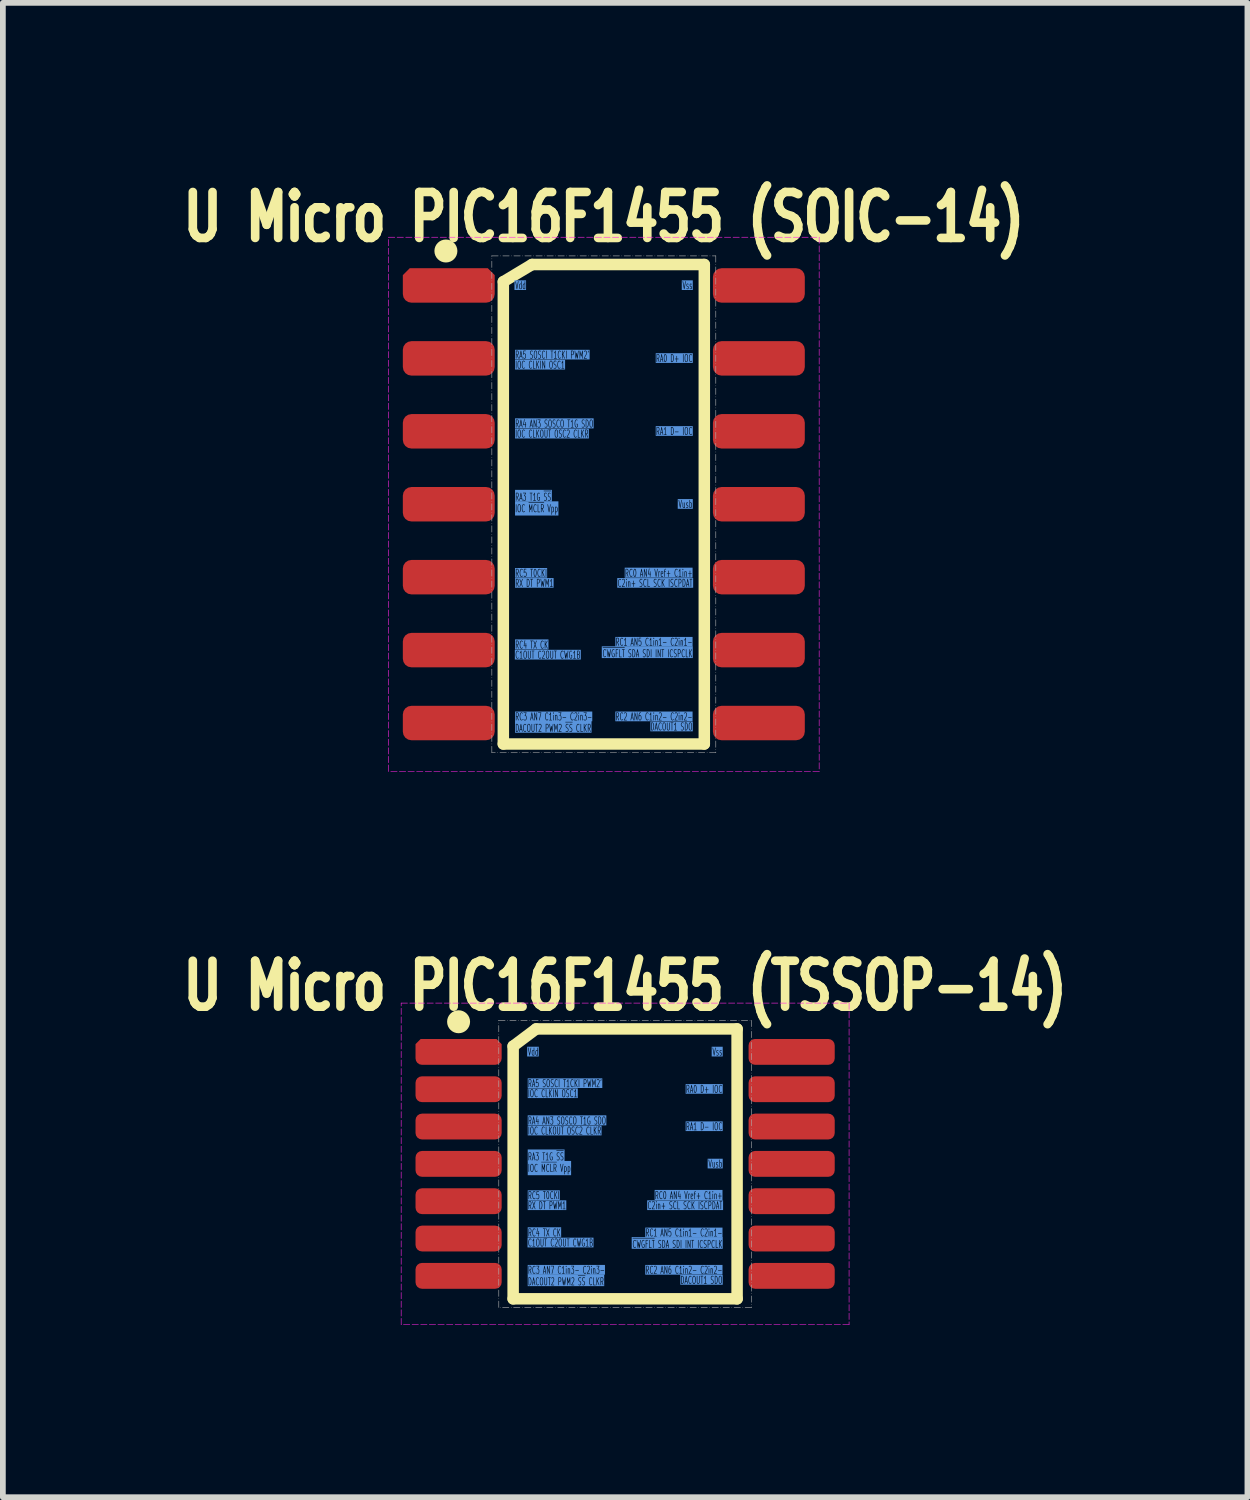
<source format=kicad_pcb>
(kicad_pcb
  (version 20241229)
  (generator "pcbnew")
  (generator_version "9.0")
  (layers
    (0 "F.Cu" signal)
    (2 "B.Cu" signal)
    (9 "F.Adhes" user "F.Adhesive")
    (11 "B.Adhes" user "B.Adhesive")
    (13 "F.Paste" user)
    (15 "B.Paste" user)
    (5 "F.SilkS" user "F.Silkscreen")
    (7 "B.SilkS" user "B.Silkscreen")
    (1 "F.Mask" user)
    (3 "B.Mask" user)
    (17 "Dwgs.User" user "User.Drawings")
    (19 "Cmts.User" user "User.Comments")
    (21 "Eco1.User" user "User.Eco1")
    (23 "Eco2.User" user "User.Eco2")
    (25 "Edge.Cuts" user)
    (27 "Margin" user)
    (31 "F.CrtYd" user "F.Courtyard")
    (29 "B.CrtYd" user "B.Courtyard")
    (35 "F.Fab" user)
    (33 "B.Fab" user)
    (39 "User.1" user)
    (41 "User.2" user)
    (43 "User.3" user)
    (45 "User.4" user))
  (footprint "U Micro PIC16F1455 (TSSOP-14)"
    (layer "F.Cu")
    (at 7.836 17.218)
    (property "Reference" "U Micro PIC16F1455 (TSSOP-14)" (at 0 -3.1 0) (layer "F.SilkS") (effects (font (size 0.8 0.6) (thickness 0.15))))
    (attr smd)
    (fp_line (start -1.95 -2.05) (end -1.55 -2.35) (stroke (width 0.2) (type default)) (layer "F.SilkS"))
    (fp_line (start -1.95 2.35) (end -1.95 -2.05) (stroke (width 0.2) (type default)) (layer "F.SilkS"))
    (fp_line (start -1.55 -2.35) (end 1.95 -2.35) (stroke (width 0.2) (type default)) (layer "F.SilkS"))
    (fp_line (start 1.95 -2.35) (end 1.95 2.35) (stroke (width 0.2) (type default)) (layer "F.SilkS"))
    (fp_line (start 1.95 2.35) (end -1.95 2.35) (stroke (width 0.2) (type default)) (layer "F.SilkS"))
    (fp_circle (center -2.9 -2.475) (end -2.75 -2.475) (stroke (width 0.1) (type solid)) (fill yes) (layer "F.SilkS"))
    (fp_rect (start -3.9 -2.8) (end 3.9 2.8) (stroke (width 0.01) (type dash)) (fill no) (layer "F.CrtYd"))
    (fp_rect (start -2.2 -2.5) (end 2.2 2.5) (stroke (width 0.01) (type dash_dot)) (fill no) (layer "F.Fab"))
    (fp_text user "RC3 AN7 C1in3- C2in3-" (at -1.7 1.85 0) (layer "Cmts.User" knockout) (effects (font (size 0.13 0.07) (thickness 0.01)) (justify left)))
    (fp_text user "C2in+ SCL SCK ISCPDAT" (at 1.7 0.725 0) (layer "Cmts.User" knockout) (effects (font (size 0.13 0.07) (thickness 0.01) (bold yes)) (justify right)))
    (fp_text user "C1OUT C2OUT CWG1B" (at -1.7 1.375 0) (layer "Cmts.User" knockout) (effects (font (size 0.13 0.07) (thickness 0.01)) (justify left)))
    (fp_text user "RA3 T1G ~{SS}" (at -1.7 -0.125 0) (layer "Cmts.User" knockout) (effects (font (size 0.13 0.07) (thickness 0.01) (bold yes)) (justify left)))
    (fp_text user "RX DT PWM1" (at -1.7 0.725 0) (layer "Cmts.User" knockout) (effects (font (size 0.13 0.07) (thickness 0.01)) (justify left)))
    (fp_text user "~{CWGFLT} SDA SDI INT ICSPCLK" (at 1.7 1.4 0) (layer "Cmts.User" knockout) (effects (font (size 0.13 0.07) (thickness 0.01) (bold yes)) (justify right)))
    (fp_text user "RA1 D- IOC" (at 1.7 -0.65 0) (layer "Cmts.User" knockout) (effects (font (size 0.13 0.07) (thickness 0.01)) (justify right)))
    (fp_text user "Vss" (at 1.7 -1.95 0) (layer "Cmts.User" knockout) (effects (font (size 0.13 0.07) (thickness 0.01) (bold yes)) (justify right)))
    (fp_text user "DACOUT2 PWM2 ~{SS} CLKR" (at -1.7 2.05 0) (layer "Cmts.User" knockout) (effects (font (size 0.13 0.07) (thickness 0.01)) (justify left)))
    (fp_text user "RC1 AN5 C1in1- C2in1-" (at 1.7 1.2 0) (layer "Cmts.User" knockout) (effects (font (size 0.13 0.07) (thickness 0.01) (bold yes)) (justify right)))
    (fp_text user "RC4 TX CK" (at -1.7 1.2 0) (layer "Cmts.User" knockout) (effects (font (size 0.13 0.07) (thickness 0.01)) (justify left)))
    (fp_text user "IOC CLKOUT OSC2 CLKR" (at -1.7 -0.575 0) (layer "Cmts.User" knockout) (effects (font (size 0.13 0.07) (thickness 0.01)) (justify left)))
    (fp_text user "IOC ~{MCLR} Vpp" (at -1.7 0.075 0) (layer "Cmts.User" knockout) (effects (font (size 0.13 0.07) (thickness 0.01) (bold yes)) (justify left)))
    (fp_text user "Vusb" (at 1.7 0 0) (layer "Cmts.User" knockout) (effects (font (size 0.13 0.07) (thickness 0.01) (bold yes)) (justify right)))
    (fp_text user "IOC CLKIN OSC1" (at -1.7 -1.225 0) (layer "Cmts.User" knockout) (effects (font (size 0.13 0.07) (thickness 0.01)) (justify left)))
    (fp_text user "RC5 T0CKI" (at -1.7 0.55 0) (layer "Cmts.User" knockout) (effects (font (size 0.13 0.07) (thickness 0.01)) (justify left)))
    (fp_text user "RA5 SOSCI T1CKI PWM2'" (at -1.7 -1.4 0) (layer "Cmts.User" knockout) (effects (font (size 0.13 0.07) (thickness 0.01)) (justify left)))
    (fp_text user "RC2 AN6 C1in2- C2in2-" (at 1.7 1.85 0) (layer "Cmts.User" knockout) (effects (font (size 0.13 0.07) (thickness 0.01)) (justify right)))
    (fp_text user "RA4 AN3 SOSCO T1G SDO" (at -1.7 -0.75 0) (layer "Cmts.User" knockout) (effects (font (size 0.13 0.07) (thickness 0.01)) (justify left)))
    (fp_text user "RA0 D+ IOC" (at 1.7 -1.3 0) (layer "Cmts.User" knockout) (effects (font (size 0.13 0.07) (thickness 0.01)) (justify right)))
    (fp_text user "DACOUT1 SDO" (at 1.7 2.025 0) (layer "Cmts.User" knockout) (effects (font (size 0.13 0.07) (thickness 0.01)) (justify right)))
    (fp_text user "Vdd" (at -1.7 -1.95 0) (layer "Cmts.User" knockout) (effects (font (size 0.13 0.07) (thickness 0.01) (bold yes)) (justify left)))
    (fp_text user "RC0 AN4 Vref+ C1in+" (at 1.7 0.55 0) (layer "Cmts.User" knockout) (effects (font (size 0.13 0.07) (thickness 0.01) (bold yes)) (justify right)))
    (pad "1" smd roundrect (at -2.9 -1.95) (size 1.5 0.45) (layers "F.Cu" "F.Mask" "F.Paste") (roundrect_rratio 0.25) (chamfer_ratio 0.2) (chamfer top_left top_right))
    (pad "2" smd roundrect (at -2.9 -1.3) (size 1.5 0.45) (layers "F.Cu" "F.Mask" "F.Paste") (roundrect_rratio 0.25))
    (pad "3" smd roundrect (at -2.9 -0.65) (size 1.5 0.45) (layers "F.Cu" "F.Mask" "F.Paste") (roundrect_rratio 0.25))
    (pad "4" smd roundrect (at -2.9 0) (size 1.5 0.45) (layers "F.Cu" "F.Mask" "F.Paste") (roundrect_rratio 0.25))
    (pad "5" smd roundrect (at -2.9 0.65) (size 1.5 0.45) (layers "F.Cu" "F.Mask" "F.Paste") (roundrect_rratio 0.25))
    (pad "6" smd roundrect (at -2.9 1.3) (size 1.5 0.45) (layers "F.Cu" "F.Mask" "F.Paste") (roundrect_rratio 0.25))
    (pad "7" smd roundrect (at -2.9 1.95) (size 1.5 0.45) (layers "F.Cu" "F.Mask" "F.Paste") (roundrect_rratio 0.25))
    (pad "8" smd roundrect (at 2.9 1.95) (size 1.5 0.45) (layers "F.Cu" "F.Mask" "F.Paste") (roundrect_rratio 0.25))
    (pad "9" smd roundrect (at 2.9 1.3) (size 1.5 0.45) (layers "F.Cu" "F.Mask" "F.Paste") (roundrect_rratio 0.25))
    (pad "10" smd roundrect (at 2.9 0.65) (size 1.5 0.45) (layers "F.Cu" "F.Mask" "F.Paste") (roundrect_rratio 0.25))
    (pad "11" smd roundrect (at 2.9 0) (size 1.5 0.45) (layers "F.Cu" "F.Mask" "F.Paste") (roundrect_rratio 0.25))
    (pad "12" smd roundrect (at 2.9 -0.65) (size 1.5 0.45) (layers "F.Cu" "F.Mask" "F.Paste") (roundrect_rratio 0.25))
    (pad "13" smd roundrect (at 2.9 -1.3) (size 1.5 0.45) (layers "F.Cu" "F.Mask" "F.Paste") (roundrect_rratio 0.25))
    (pad "14" smd roundrect (at 2.9 -1.95) (size 1.5 0.45) (layers "F.Cu" "F.Mask" "F.Paste") (roundrect_rratio 0.25)))
  (footprint "U Micro PIC16F1455 (SOIC-14)"
    (layer "F.Cu")
    (at 7.465 5.731)
    (property "Reference" "U Micro PIC16F1455 (SOIC-14)" (at 0 -5 0) (layer "F.SilkS") (effects (font (size 0.8 0.6) (thickness 0.15))))
    (attr smd)
    (fp_line (start -1.75 -3.875) (end -1.25 -4.175) (stroke (width 0.2) (type default)) (layer "F.SilkS"))
    (fp_line (start -1.75 4.175) (end -1.75 -3.875) (stroke (width 0.2) (type default)) (layer "F.SilkS"))
    (fp_line (start -1.25 -4.175) (end 1.75 -4.175) (stroke (width 0.2) (type default)) (layer "F.SilkS"))
    (fp_line (start 1.75 -4.175) (end 1.75 4.175) (stroke (width 0.2) (type default)) (layer "F.SilkS"))
    (fp_line (start 1.75 4.175) (end -1.75 4.175) (stroke (width 0.2) (type default)) (layer "F.SilkS"))
    (fp_circle (center -2.75 -4.41) (end -2.6 -4.41) (stroke (width 0.1) (type solid)) (fill yes) (layer "F.SilkS"))
    (fp_rect (start -3.75 -4.65) (end 3.75 4.65) (stroke (width 0.01) (type dash)) (fill no) (layer "F.CrtYd"))
    (fp_rect (start -1.95 -4.325) (end 1.95 4.325) (stroke (width 0.01) (type dash_dot)) (fill no) (layer "F.Fab"))
    (fp_text user "RA5 SOSCI T1CKI PWM2'" (at -1.55 -2.6 0) (layer "Cmts.User" knockout) (effects (font (size 0.13 0.07) (thickness 0.01)) (justify left)))
    (fp_text user "RC0 AN4 Vref+ C1in+" (at 1.55 1.2 0) (layer "Cmts.User" knockout) (effects (font (size 0.13 0.07) (thickness 0.01) (bold yes)) (justify right)))
    (fp_text user "IOC CLKOUT OSC2 CLKR" (at -1.55 -1.225 0) (layer "Cmts.User" knockout) (effects (font (size 0.13 0.07) (thickness 0.01)) (justify left)))
    (fp_text user "IOC CLKIN OSC1" (at -1.55 -2.425 0) (layer "Cmts.User" knockout) (effects (font (size 0.13 0.07) (thickness 0.01)) (justify left)))
    (fp_text user "Vss" (at 1.55 -3.81 0) (layer "Cmts.User" knockout) (effects (font (size 0.13 0.07) (thickness 0.01) (bold yes)) (justify right)))
    (fp_text user "RC2 AN6 C1in2- C2in2-" (at 1.55 3.7 0) (layer "Cmts.User" knockout) (effects (font (size 0.13 0.07) (thickness 0.01)) (justify right)))
    (fp_text user "IOC ~{MCLR} Vpp" (at -1.55 0.075 0) (layer "Cmts.User" knockout) (effects (font (size 0.13 0.07) (thickness 0.01) (bold yes)) (justify left)))
    (fp_text user "RA0 D+ IOC" (at 1.55 -2.54 0) (layer "Cmts.User" knockout) (effects (font (size 0.13 0.07) (thickness 0.01)) (justify right)))
    (fp_text user "C1OUT C2OUT CWG1B" (at -1.55 2.625 0) (layer "Cmts.User" knockout) (effects (font (size 0.13 0.07) (thickness 0.01)) (justify left)))
    (fp_text user "RC1 AN5 C1in1- C2in1-" (at 1.55 2.4 0) (layer "Cmts.User" knockout) (effects (font (size 0.13 0.07) (thickness 0.01) (bold yes)) (justify right)))
    (fp_text user "DACOUT2 PWM2 ~{SS} CLKR" (at -1.55 3.9 0) (layer "Cmts.User" knockout) (effects (font (size 0.13 0.07) (thickness 0.01)) (justify left)))
    (fp_text user "RC4 TX CK" (at -1.55 2.45 0) (layer "Cmts.User" knockout) (effects (font (size 0.13 0.07) (thickness 0.01)) (justify left)))
    (fp_text user "RC3 AN7 C1in3- C2in3-" (at -1.55 3.7 0) (layer "Cmts.User" knockout) (effects (font (size 0.13 0.07) (thickness 0.01)) (justify left)))
    (fp_text user "Vdd" (at -1.55 -3.81 0) (layer "Cmts.User" knockout) (effects (font (size 0.13 0.07) (thickness 0.01) (bold yes)) (justify left)))
    (fp_text user "RC5 T0CKI" (at -1.55 1.2 0) (layer "Cmts.User" knockout) (effects (font (size 0.13 0.07) (thickness 0.01)) (justify left)))
    (fp_text user "RA1 D- IOC" (at 1.55 -1.27 0) (layer "Cmts.User" knockout) (effects (font (size 0.13 0.07) (thickness 0.01)) (justify right)))
    (fp_text user "~{CWGFLT} SDA SDI INT ICSPCLK" (at 1.55 2.6 0) (layer "Cmts.User" knockout) (effects (font (size 0.13 0.07) (thickness 0.01) (bold yes)) (justify right)))
    (fp_text user "DACOUT1 SDO" (at 1.55 3.875 0) (layer "Cmts.User" knockout) (effects (font (size 0.13 0.07) (thickness 0.01)) (justify right)))
    (fp_text user "RA3 T1G ~{SS}" (at -1.55 -0.125 0) (layer "Cmts.User" knockout) (effects (font (size 0.13 0.07) (thickness 0.01) (bold yes)) (justify left)))
    (fp_text user "RA4 AN3 SOSCO T1G SDO" (at -1.55 -1.4 0) (layer "Cmts.User" knockout) (effects (font (size 0.13 0.07) (thickness 0.01)) (justify left)))
    (fp_text user "C2in+ SCL SCK ISCPDAT" (at 1.55 1.375 0) (layer "Cmts.User" knockout) (effects (font (size 0.13 0.07) (thickness 0.01) (bold yes)) (justify right)))
    (fp_text user "Vusb" (at 1.55 0 0) (layer "Cmts.User" knockout) (effects (font (size 0.13 0.07) (thickness 0.01) (bold yes)) (justify right)))
    (fp_text user "RX DT PWM1" (at -1.55 1.375 0) (layer "Cmts.User" knockout) (effects (font (size 0.13 0.07) (thickness 0.01)) (justify left)))
    (pad "1" smd roundrect (at -2.7 -3.81) (size 1.6 0.6) (layers "F.Cu" "F.Mask" "F.Paste") (roundrect_rratio 0.25) (chamfer_ratio 0.2) (chamfer top_left top_right))
    (pad "2" smd roundrect (at -2.7 -2.54) (size 1.6 0.6) (layers "F.Cu" "F.Mask" "F.Paste") (roundrect_rratio 0.25))
    (pad "3" smd roundrect (at -2.7 -1.27) (size 1.6 0.6) (layers "F.Cu" "F.Mask" "F.Paste") (roundrect_rratio 0.25))
    (pad "4" smd roundrect (at -2.7 0) (size 1.6 0.6) (layers "F.Cu" "F.Mask" "F.Paste") (roundrect_rratio 0.25))
    (pad "5" smd roundrect (at -2.7 1.27) (size 1.6 0.6) (layers "F.Cu" "F.Mask" "F.Paste") (roundrect_rratio 0.25))
    (pad "6" smd roundrect (at -2.7 2.54) (size 1.6 0.6) (layers "F.Cu" "F.Mask" "F.Paste") (roundrect_rratio 0.25))
    (pad "7" smd roundrect (at -2.7 3.81) (size 1.6 0.6) (layers "F.Cu" "F.Mask" "F.Paste") (roundrect_rratio 0.25))
    (pad "8" smd roundrect (at 2.7 3.81) (size 1.6 0.6) (layers "F.Cu" "F.Mask" "F.Paste") (roundrect_rratio 0.25))
    (pad "9" smd roundrect (at 2.7 2.54) (size 1.6 0.6) (layers "F.Cu" "F.Mask" "F.Paste") (roundrect_rratio 0.25))
    (pad "10" smd roundrect (at 2.7 1.27) (size 1.6 0.6) (layers "F.Cu" "F.Mask" "F.Paste") (roundrect_rratio 0.25))
    (pad "11" smd roundrect (at 2.7 0) (size 1.6 0.6) (layers "F.Cu" "F.Mask" "F.Paste") (roundrect_rratio 0.25))
    (pad "12" smd roundrect (at 2.7 -1.27) (size 1.6 0.6) (layers "F.Cu" "F.Mask" "F.Paste") (roundrect_rratio 0.25))
    (pad "13" smd roundrect (at 2.7 -2.54) (size 1.6 0.6) (layers "F.Cu" "F.Mask" "F.Paste") (roundrect_rratio 0.25))
    (pad "14" smd roundrect (at 2.7 -3.81) (size 1.6 0.6) (layers "F.Cu" "F.Mask" "F.Paste") (roundrect_rratio 0.25)))
  (gr_rect
    (start -3 -3)
    (end 18.673 23.023)
    (stroke (width 0.1) (type default))
    (fill no)
    (layer "Edge.Cuts")))
</source>
